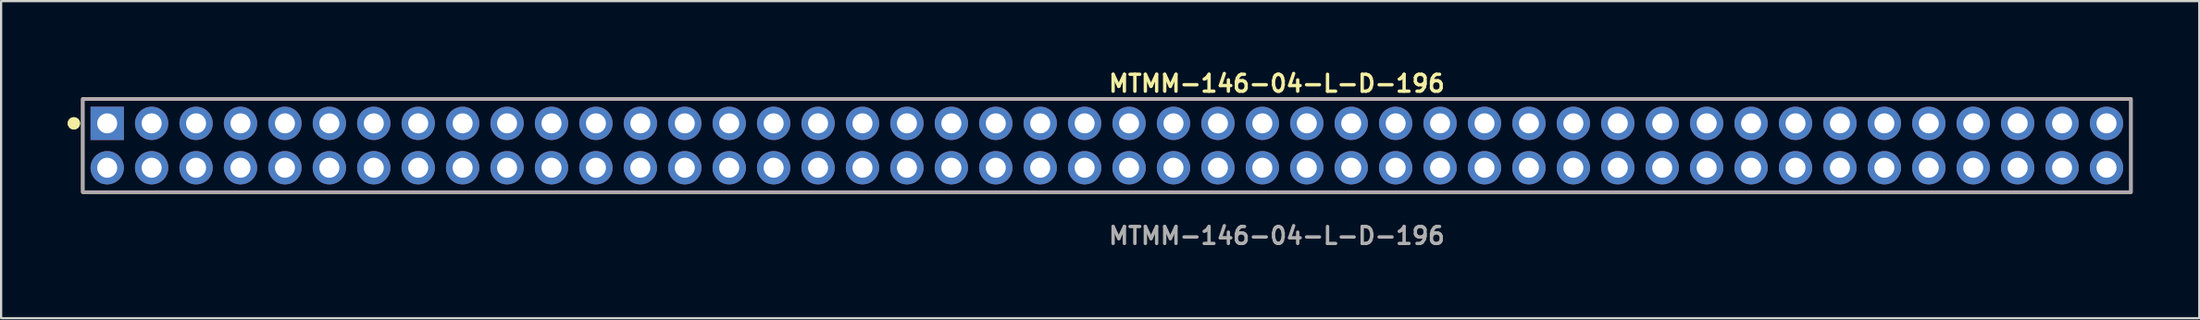
<source format=kicad_pcb>
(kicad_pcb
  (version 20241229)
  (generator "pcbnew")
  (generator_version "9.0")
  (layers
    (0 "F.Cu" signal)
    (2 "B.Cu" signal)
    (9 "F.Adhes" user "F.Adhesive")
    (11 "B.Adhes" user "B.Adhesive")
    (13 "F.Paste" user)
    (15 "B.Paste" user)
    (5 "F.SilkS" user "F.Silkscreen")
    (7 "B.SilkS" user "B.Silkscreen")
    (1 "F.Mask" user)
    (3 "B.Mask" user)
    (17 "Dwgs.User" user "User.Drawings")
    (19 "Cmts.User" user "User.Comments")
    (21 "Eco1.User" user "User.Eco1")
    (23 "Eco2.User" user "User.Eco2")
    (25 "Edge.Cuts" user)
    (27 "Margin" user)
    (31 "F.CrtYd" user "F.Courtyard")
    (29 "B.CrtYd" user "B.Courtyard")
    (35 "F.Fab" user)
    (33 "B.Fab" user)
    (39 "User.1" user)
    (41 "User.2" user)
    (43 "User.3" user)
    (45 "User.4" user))
  (footprint "MTMM-146-04-L-D-196"
    (layer "F.Cu")
    (at 46.776 3.507)
    (property "Reference" "MTMM-146-04-L-D-196" (at 0 -2.794 0) (unlocked yes) (layer "F.SilkS") (effects (font (size 0.762 0.762) (thickness 0.152)) (justify left)))
    (fp_rect (start -46.1 2.1) (end 46.1 -2.1) (stroke (width 0.152) (type solid)) (fill no) (layer "F.SilkS"))
    (fp_circle (center -46.5 -1) (end -46.7 -1) (stroke (width 0.152) (type solid)) (fill yes) (layer "F.SilkS"))
    (fp_circle (center -46.5 -1) (end -46.7 -1) (stroke (width 0.152) (type solid)) (fill yes) (layer "F.SilkS"))
    (fp_rect (start -46.1 2.1) (end 46.1 -2.1) (stroke (width 0.006) (type solid)) (fill no) (layer "F.CrtYd"))
    (fp_rect (start -46.1 2.1) (end 46.1 -2.1) (stroke (width 0.152) (type solid)) (fill no) (layer "F.Fab"))
    (fp_text user "${REFERENCE}" (at 0 4.064 0) (unlocked yes) (layer "F.Fab") (effects (font (size 0.762 0.762) (thickness 0.152)) (justify left)))
    (pad "1" thru_hole rect (at -45 -1) (size 1.5 1.5) (drill 0.9) (layers "*.Cu" "*.Mask"))
    (pad "2" thru_hole circle (at -45 1) (size 1.5 1.5) (drill 0.9) (layers "*.Cu" "*.Mask"))
    (pad "3" thru_hole circle (at -43 -1) (size 1.5 1.5) (drill 0.9) (layers "*.Cu" "*.Mask"))
    (pad "4" thru_hole circle (at -43 1) (size 1.5 1.5) (drill 0.9) (layers "*.Cu" "*.Mask"))
    (pad "5" thru_hole circle (at -41 -1) (size 1.5 1.5) (drill 0.9) (layers "*.Cu" "*.Mask"))
    (pad "6" thru_hole circle (at -41 1) (size 1.5 1.5) (drill 0.9) (layers "*.Cu" "*.Mask"))
    (pad "7" thru_hole circle (at -39 -1) (size 1.5 1.5) (drill 0.9) (layers "*.Cu" "*.Mask"))
    (pad "8" thru_hole circle (at -39 1) (size 1.5 1.5) (drill 0.9) (layers "*.Cu" "*.Mask"))
    (pad "9" thru_hole circle (at -37 -1) (size 1.5 1.5) (drill 0.9) (layers "*.Cu" "*.Mask"))
    (pad "10" thru_hole circle (at -37 1) (size 1.5 1.5) (drill 0.9) (layers "*.Cu" "*.Mask"))
    (pad "11" thru_hole circle (at -35 -1) (size 1.5 1.5) (drill 0.9) (layers "*.Cu" "*.Mask"))
    (pad "12" thru_hole circle (at -35 1) (size 1.5 1.5) (drill 0.9) (layers "*.Cu" "*.Mask"))
    (pad "13" thru_hole circle (at -33 -1) (size 1.5 1.5) (drill 0.9) (layers "*.Cu" "*.Mask"))
    (pad "14" thru_hole circle (at -33 1) (size 1.5 1.5) (drill 0.9) (layers "*.Cu" "*.Mask"))
    (pad "15" thru_hole circle (at -31 -1) (size 1.5 1.5) (drill 0.9) (layers "*.Cu" "*.Mask"))
    (pad "16" thru_hole circle (at -31 1) (size 1.5 1.5) (drill 0.9) (layers "*.Cu" "*.Mask"))
    (pad "17" thru_hole circle (at -29 -1) (size 1.5 1.5) (drill 0.9) (layers "*.Cu" "*.Mask"))
    (pad "18" thru_hole circle (at -29 1) (size 1.5 1.5) (drill 0.9) (layers "*.Cu" "*.Mask"))
    (pad "19" thru_hole circle (at -27 -1) (size 1.5 1.5) (drill 0.9) (layers "*.Cu" "*.Mask"))
    (pad "20" thru_hole circle (at -27 1) (size 1.5 1.5) (drill 0.9) (layers "*.Cu" "*.Mask"))
    (pad "21" thru_hole circle (at -25 -1) (size 1.5 1.5) (drill 0.9) (layers "*.Cu" "*.Mask"))
    (pad "22" thru_hole circle (at -25 1) (size 1.5 1.5) (drill 0.9) (layers "*.Cu" "*.Mask"))
    (pad "23" thru_hole circle (at -23 -1) (size 1.5 1.5) (drill 0.9) (layers "*.Cu" "*.Mask"))
    (pad "24" thru_hole circle (at -23 1) (size 1.5 1.5) (drill 0.9) (layers "*.Cu" "*.Mask"))
    (pad "25" thru_hole circle (at -21 -1) (size 1.5 1.5) (drill 0.9) (layers "*.Cu" "*.Mask"))
    (pad "26" thru_hole circle (at -21 1) (size 1.5 1.5) (drill 0.9) (layers "*.Cu" "*.Mask"))
    (pad "27" thru_hole circle (at -19 -1) (size 1.5 1.5) (drill 0.9) (layers "*.Cu" "*.Mask"))
    (pad "28" thru_hole circle (at -19 1) (size 1.5 1.5) (drill 0.9) (layers "*.Cu" "*.Mask"))
    (pad "29" thru_hole circle (at -17 -1) (size 1.5 1.5) (drill 0.9) (layers "*.Cu" "*.Mask"))
    (pad "30" thru_hole circle (at -17 1) (size 1.5 1.5) (drill 0.9) (layers "*.Cu" "*.Mask"))
    (pad "31" thru_hole circle (at -15 -1) (size 1.5 1.5) (drill 0.9) (layers "*.Cu" "*.Mask"))
    (pad "32" thru_hole circle (at -15 1) (size 1.5 1.5) (drill 0.9) (layers "*.Cu" "*.Mask"))
    (pad "33" thru_hole circle (at -13 -1) (size 1.5 1.5) (drill 0.9) (layers "*.Cu" "*.Mask"))
    (pad "34" thru_hole circle (at -13 1) (size 1.5 1.5) (drill 0.9) (layers "*.Cu" "*.Mask"))
    (pad "35" thru_hole circle (at -11 -1) (size 1.5 1.5) (drill 0.9) (layers "*.Cu" "*.Mask"))
    (pad "36" thru_hole circle (at -11 1) (size 1.5 1.5) (drill 0.9) (layers "*.Cu" "*.Mask"))
    (pad "37" thru_hole circle (at -9 -1) (size 1.5 1.5) (drill 0.9) (layers "*.Cu" "*.Mask"))
    (pad "38" thru_hole circle (at -9 1) (size 1.5 1.5) (drill 0.9) (layers "*.Cu" "*.Mask"))
    (pad "39" thru_hole circle (at -7 -1) (size 1.5 1.5) (drill 0.9) (layers "*.Cu" "*.Mask"))
    (pad "40" thru_hole circle (at -7 1) (size 1.5 1.5) (drill 0.9) (layers "*.Cu" "*.Mask"))
    (pad "41" thru_hole circle (at -5 -1) (size 1.5 1.5) (drill 0.9) (layers "*.Cu" "*.Mask"))
    (pad "42" thru_hole circle (at -5 1) (size 1.5 1.5) (drill 0.9) (layers "*.Cu" "*.Mask"))
    (pad "43" thru_hole circle (at -3 -1) (size 1.5 1.5) (drill 0.9) (layers "*.Cu" "*.Mask"))
    (pad "44" thru_hole circle (at -3 1) (size 1.5 1.5) (drill 0.9) (layers "*.Cu" "*.Mask"))
    (pad "45" thru_hole circle (at -1 -1) (size 1.5 1.5) (drill 0.9) (layers "*.Cu" "*.Mask"))
    (pad "46" thru_hole circle (at -1 1) (size 1.5 1.5) (drill 0.9) (layers "*.Cu" "*.Mask"))
    (pad "47" thru_hole circle (at 1 -1) (size 1.5 1.5) (drill 0.9) (layers "*.Cu" "*.Mask"))
    (pad "48" thru_hole circle (at 1 1) (size 1.5 1.5) (drill 0.9) (layers "*.Cu" "*.Mask"))
    (pad "49" thru_hole circle (at 3 -1) (size 1.5 1.5) (drill 0.9) (layers "*.Cu" "*.Mask"))
    (pad "50" thru_hole circle (at 3 1) (size 1.5 1.5) (drill 0.9) (layers "*.Cu" "*.Mask"))
    (pad "51" thru_hole circle (at 5 -1) (size 1.5 1.5) (drill 0.9) (layers "*.Cu" "*.Mask"))
    (pad "52" thru_hole circle (at 5 1) (size 1.5 1.5) (drill 0.9) (layers "*.Cu" "*.Mask"))
    (pad "53" thru_hole circle (at 7 -1) (size 1.5 1.5) (drill 0.9) (layers "*.Cu" "*.Mask"))
    (pad "54" thru_hole circle (at 7 1) (size 1.5 1.5) (drill 0.9) (layers "*.Cu" "*.Mask"))
    (pad "55" thru_hole circle (at 9 -1) (size 1.5 1.5) (drill 0.9) (layers "*.Cu" "*.Mask"))
    (pad "56" thru_hole circle (at 9 1) (size 1.5 1.5) (drill 0.9) (layers "*.Cu" "*.Mask"))
    (pad "57" thru_hole circle (at 11 -1) (size 1.5 1.5) (drill 0.9) (layers "*.Cu" "*.Mask"))
    (pad "58" thru_hole circle (at 11 1) (size 1.5 1.5) (drill 0.9) (layers "*.Cu" "*.Mask"))
    (pad "59" thru_hole circle (at 13 -1) (size 1.5 1.5) (drill 0.9) (layers "*.Cu" "*.Mask"))
    (pad "60" thru_hole circle (at 13 1) (size 1.5 1.5) (drill 0.9) (layers "*.Cu" "*.Mask"))
    (pad "61" thru_hole circle (at 15 -1) (size 1.5 1.5) (drill 0.9) (layers "*.Cu" "*.Mask"))
    (pad "62" thru_hole circle (at 15 1) (size 1.5 1.5) (drill 0.9) (layers "*.Cu" "*.Mask"))
    (pad "63" thru_hole circle (at 17 -1) (size 1.5 1.5) (drill 0.9) (layers "*.Cu" "*.Mask"))
    (pad "64" thru_hole circle (at 17 1) (size 1.5 1.5) (drill 0.9) (layers "*.Cu" "*.Mask"))
    (pad "65" thru_hole circle (at 19 -1) (size 1.5 1.5) (drill 0.9) (layers "*.Cu" "*.Mask"))
    (pad "66" thru_hole circle (at 19 1) (size 1.5 1.5) (drill 0.9) (layers "*.Cu" "*.Mask"))
    (pad "67" thru_hole circle (at 21 -1) (size 1.5 1.5) (drill 0.9) (layers "*.Cu" "*.Mask"))
    (pad "68" thru_hole circle (at 21 1) (size 1.5 1.5) (drill 0.9) (layers "*.Cu" "*.Mask"))
    (pad "69" thru_hole circle (at 23 -1) (size 1.5 1.5) (drill 0.9) (layers "*.Cu" "*.Mask"))
    (pad "70" thru_hole circle (at 23 1) (size 1.5 1.5) (drill 0.9) (layers "*.Cu" "*.Mask"))
    (pad "71" thru_hole circle (at 25 -1) (size 1.5 1.5) (drill 0.9) (layers "*.Cu" "*.Mask"))
    (pad "72" thru_hole circle (at 25 1) (size 1.5 1.5) (drill 0.9) (layers "*.Cu" "*.Mask"))
    (pad "73" thru_hole circle (at 27 -1) (size 1.5 1.5) (drill 0.9) (layers "*.Cu" "*.Mask"))
    (pad "74" thru_hole circle (at 27 1) (size 1.5 1.5) (drill 0.9) (layers "*.Cu" "*.Mask"))
    (pad "75" thru_hole circle (at 29 -1) (size 1.5 1.5) (drill 0.9) (layers "*.Cu" "*.Mask"))
    (pad "76" thru_hole circle (at 29 1) (size 1.5 1.5) (drill 0.9) (layers "*.Cu" "*.Mask"))
    (pad "77" thru_hole circle (at 31 -1) (size 1.5 1.5) (drill 0.9) (layers "*.Cu" "*.Mask"))
    (pad "78" thru_hole circle (at 31 1) (size 1.5 1.5) (drill 0.9) (layers "*.Cu" "*.Mask"))
    (pad "79" thru_hole circle (at 33 -1) (size 1.5 1.5) (drill 0.9) (layers "*.Cu" "*.Mask"))
    (pad "80" thru_hole circle (at 33 1) (size 1.5 1.5) (drill 0.9) (layers "*.Cu" "*.Mask"))
    (pad "81" thru_hole circle (at 35 -1) (size 1.5 1.5) (drill 0.9) (layers "*.Cu" "*.Mask"))
    (pad "82" thru_hole circle (at 35 1) (size 1.5 1.5) (drill 0.9) (layers "*.Cu" "*.Mask"))
    (pad "83" thru_hole circle (at 37 -1) (size 1.5 1.5) (drill 0.9) (layers "*.Cu" "*.Mask"))
    (pad "84" thru_hole circle (at 37 1) (size 1.5 1.5) (drill 0.9) (layers "*.Cu" "*.Mask"))
    (pad "85" thru_hole circle (at 39 -1) (size 1.5 1.5) (drill 0.9) (layers "*.Cu" "*.Mask"))
    (pad "86" thru_hole circle (at 39 1) (size 1.5 1.5) (drill 0.9) (layers "*.Cu" "*.Mask"))
    (pad "87" thru_hole circle (at 41 -1) (size 1.5 1.5) (drill 0.9) (layers "*.Cu" "*.Mask"))
    (pad "88" thru_hole circle (at 41 1) (size 1.5 1.5) (drill 0.9) (layers "*.Cu" "*.Mask"))
    (pad "89" thru_hole circle (at 43 -1) (size 1.5 1.5) (drill 0.9) (layers "*.Cu" "*.Mask"))
    (pad "90" thru_hole circle (at 43 1) (size 1.5 1.5) (drill 0.9) (layers "*.Cu" "*.Mask"))
    (pad "91" thru_hole circle (at 45 -1) (size 1.5 1.5) (drill 0.9) (layers "*.Cu" "*.Mask"))
    (pad "92" thru_hole circle (at 45 1) (size 1.5 1.5) (drill 0.9) (layers "*.Cu" "*.Mask")))
  (gr_rect
    (start -3 -3)
    (end 95.952 11.284)
    (stroke (width 0.1) (type default))
    (fill no)
    (layer "Edge.Cuts")))
</source>
